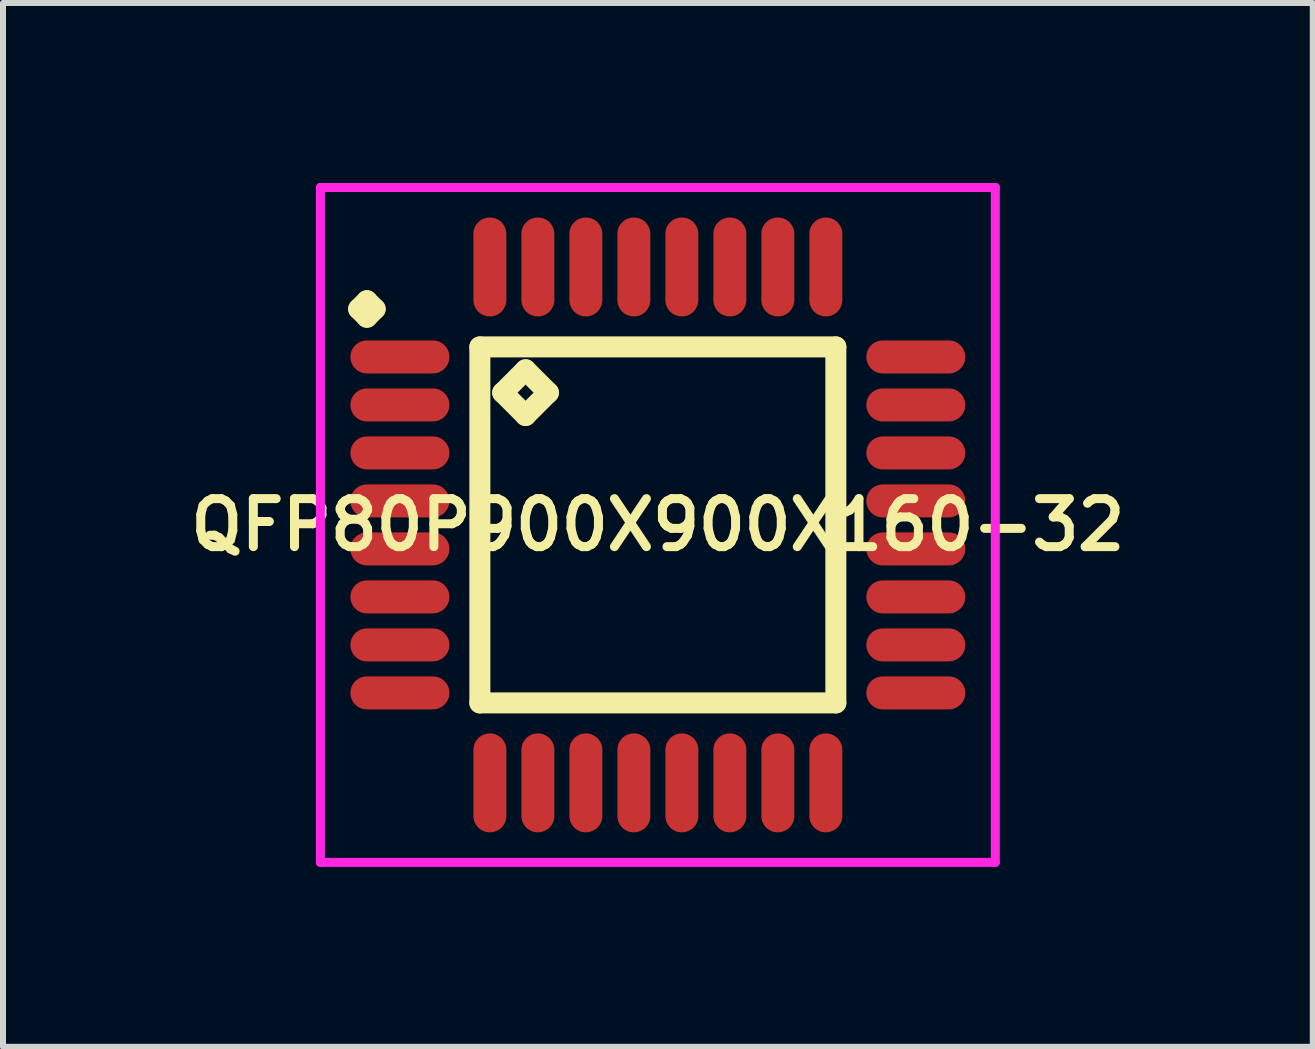
<source format=kicad_pcb>
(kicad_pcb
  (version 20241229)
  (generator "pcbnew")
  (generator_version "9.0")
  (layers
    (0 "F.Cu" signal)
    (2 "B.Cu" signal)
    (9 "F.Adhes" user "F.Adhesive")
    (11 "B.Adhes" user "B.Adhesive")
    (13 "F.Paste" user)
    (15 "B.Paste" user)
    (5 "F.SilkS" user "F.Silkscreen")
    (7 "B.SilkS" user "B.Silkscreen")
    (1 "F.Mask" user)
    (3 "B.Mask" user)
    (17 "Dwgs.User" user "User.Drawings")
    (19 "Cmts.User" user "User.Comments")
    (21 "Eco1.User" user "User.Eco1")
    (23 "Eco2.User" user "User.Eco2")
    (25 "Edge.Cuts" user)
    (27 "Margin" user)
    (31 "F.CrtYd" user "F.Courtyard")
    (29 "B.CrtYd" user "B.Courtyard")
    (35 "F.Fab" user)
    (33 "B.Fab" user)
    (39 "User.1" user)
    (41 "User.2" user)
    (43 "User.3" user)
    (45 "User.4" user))
  (footprint "QFP80P900X900X160-32"
    (layer "F.Cu")
    (at 7.916 5.7)
    (property "Reference" "QFP80P900X900X160-32" (at 0 0 0) (layer "F.SilkS") (effects (font (size 0.8 0.8) (thickness 0.15))))
    (attr smd)
    (fp_line (start -4.987 -3.6) (end -4.85 -3.737) (stroke (width 0.35) (type solid)) (layer "F.SilkS"))
    (fp_line (start -4.85 -3.737) (end -4.713 -3.6) (stroke (width 0.35) (type solid)) (layer "F.SilkS"))
    (fp_line (start -4.85 -3.462) (end -4.987 -3.6) (stroke (width 0.35) (type solid)) (layer "F.SilkS"))
    (fp_line (start -4.713 -3.6) (end -4.85 -3.462) (stroke (width 0.35) (type solid)) (layer "F.SilkS"))
    (fp_line (start -2.967 -2.967) (end -2.967 2.967) (stroke (width 0.35) (type solid)) (layer "F.SilkS"))
    (fp_line (start -2.967 2.967) (end 2.967 2.967) (stroke (width 0.35) (type solid)) (layer "F.SilkS"))
    (fp_line (start -2.586 -2.205) (end -2.205 -2.586) (stroke (width 0.35) (type solid)) (layer "F.SilkS"))
    (fp_line (start -2.205 -2.586) (end -1.824 -2.205) (stroke (width 0.35) (type solid)) (layer "F.SilkS"))
    (fp_line (start -2.205 -1.824) (end -2.586 -2.205) (stroke (width 0.35) (type solid)) (layer "F.SilkS"))
    (fp_line (start -1.824 -2.205) (end -2.205 -1.824) (stroke (width 0.35) (type solid)) (layer "F.SilkS"))
    (fp_line (start 2.967 -2.967) (end -2.967 -2.967) (stroke (width 0.35) (type solid)) (layer "F.SilkS"))
    (fp_line (start 2.967 2.967) (end 2.967 -2.967) (stroke (width 0.35) (type solid)) (layer "F.SilkS"))
    (fp_line (start -5.625 -5.625) (end 5.625 -5.625) (stroke (width 0.15) (type solid)) (layer "F.CrtYd"))
    (fp_line (start -5.625 5.625) (end -5.625 -5.625) (stroke (width 0.15) (type solid)) (layer "F.CrtYd"))
    (fp_line (start 5.625 -5.625) (end 5.625 5.625) (stroke (width 0.15) (type solid)) (layer "F.CrtYd"))
    (fp_line (start 5.625 5.625) (end -5.625 5.625) (stroke (width 0.15) (type solid)) (layer "F.CrtYd"))
    (pad "1" smd oval (at -4.3 -2.8) (size 1.65 0.55) (layers "F.Cu" "F.Mask" "F.Paste"))
    (pad "2" smd oval (at -4.3 -2) (size 1.65 0.55) (layers "F.Cu" "F.Mask" "F.Paste"))
    (pad "3" smd oval (at -4.3 -1.2) (size 1.65 0.55) (layers "F.Cu" "F.Mask" "F.Paste"))
    (pad "4" smd oval (at -4.3 -0.4) (size 1.65 0.55) (layers "F.Cu" "F.Mask" "F.Paste"))
    (pad "5" smd oval (at -4.3 0.4) (size 1.65 0.55) (layers "F.Cu" "F.Mask" "F.Paste"))
    (pad "6" smd oval (at -4.3 1.2) (size 1.65 0.55) (layers "F.Cu" "F.Mask" "F.Paste"))
    (pad "7" smd oval (at -4.3 2) (size 1.65 0.55) (layers "F.Cu" "F.Mask" "F.Paste"))
    (pad "8" smd oval (at -4.3 2.8) (size 1.65 0.55) (layers "F.Cu" "F.Mask" "F.Paste"))
    (pad "9" smd oval (at -2.8 4.3) (size 0.55 1.65) (layers "F.Cu" "F.Mask" "F.Paste"))
    (pad "10" smd oval (at -2 4.3) (size 0.55 1.65) (layers "F.Cu" "F.Mask" "F.Paste"))
    (pad "11" smd oval (at -1.2 4.3) (size 0.55 1.65) (layers "F.Cu" "F.Mask" "F.Paste"))
    (pad "12" smd oval (at -0.4 4.3) (size 0.55 1.65) (layers "F.Cu" "F.Mask" "F.Paste"))
    (pad "13" smd oval (at 0.4 4.3) (size 0.55 1.65) (layers "F.Cu" "F.Mask" "F.Paste"))
    (pad "14" smd oval (at 1.2 4.3) (size 0.55 1.65) (layers "F.Cu" "F.Mask" "F.Paste"))
    (pad "15" smd oval (at 2 4.3) (size 0.55 1.65) (layers "F.Cu" "F.Mask" "F.Paste"))
    (pad "16" smd oval (at 2.8 4.3) (size 0.55 1.65) (layers "F.Cu" "F.Mask" "F.Paste"))
    (pad "17" smd oval (at 4.3 2.8) (size 1.65 0.55) (layers "F.Cu" "F.Mask" "F.Paste"))
    (pad "18" smd oval (at 4.3 2) (size 1.65 0.55) (layers "F.Cu" "F.Mask" "F.Paste"))
    (pad "19" smd oval (at 4.3 1.2) (size 1.65 0.55) (layers "F.Cu" "F.Mask" "F.Paste"))
    (pad "20" smd oval (at 4.3 0.4) (size 1.65 0.55) (layers "F.Cu" "F.Mask" "F.Paste"))
    (pad "21" smd oval (at 4.3 -0.4) (size 1.65 0.55) (layers "F.Cu" "F.Mask" "F.Paste"))
    (pad "22" smd oval (at 4.3 -1.2) (size 1.65 0.55) (layers "F.Cu" "F.Mask" "F.Paste"))
    (pad "23" smd oval (at 4.3 -2) (size 1.65 0.55) (layers "F.Cu" "F.Mask" "F.Paste"))
    (pad "24" smd oval (at 4.3 -2.8) (size 1.65 0.55) (layers "F.Cu" "F.Mask" "F.Paste"))
    (pad "25" smd oval (at 2.8 -4.3) (size 0.55 1.65) (layers "F.Cu" "F.Mask" "F.Paste"))
    (pad "26" smd oval (at 2 -4.3) (size 0.55 1.65) (layers "F.Cu" "F.Mask" "F.Paste"))
    (pad "27" smd oval (at 1.2 -4.3) (size 0.55 1.65) (layers "F.Cu" "F.Mask" "F.Paste"))
    (pad "28" smd oval (at 0.4 -4.3) (size 0.55 1.65) (layers "F.Cu" "F.Mask" "F.Paste"))
    (pad "29" smd oval (at -0.4 -4.3) (size 0.55 1.65) (layers "F.Cu" "F.Mask" "F.Paste"))
    (pad "30" smd oval (at -1.2 -4.3) (size 0.55 1.65) (layers "F.Cu" "F.Mask" "F.Paste"))
    (pad "31" smd oval (at -2 -4.3) (size 0.55 1.65) (layers "F.Cu" "F.Mask" "F.Paste"))
    (pad "32" smd oval (at -2.8 -4.3) (size 0.55 1.65) (layers "F.Cu" "F.Mask" "F.Paste")))
  (gr_rect
    (start -3 -3)
    (end 18.833 14.4)
    (stroke (width 0.1) (type default))
    (fill no)
    (layer "Edge.Cuts")))
</source>
